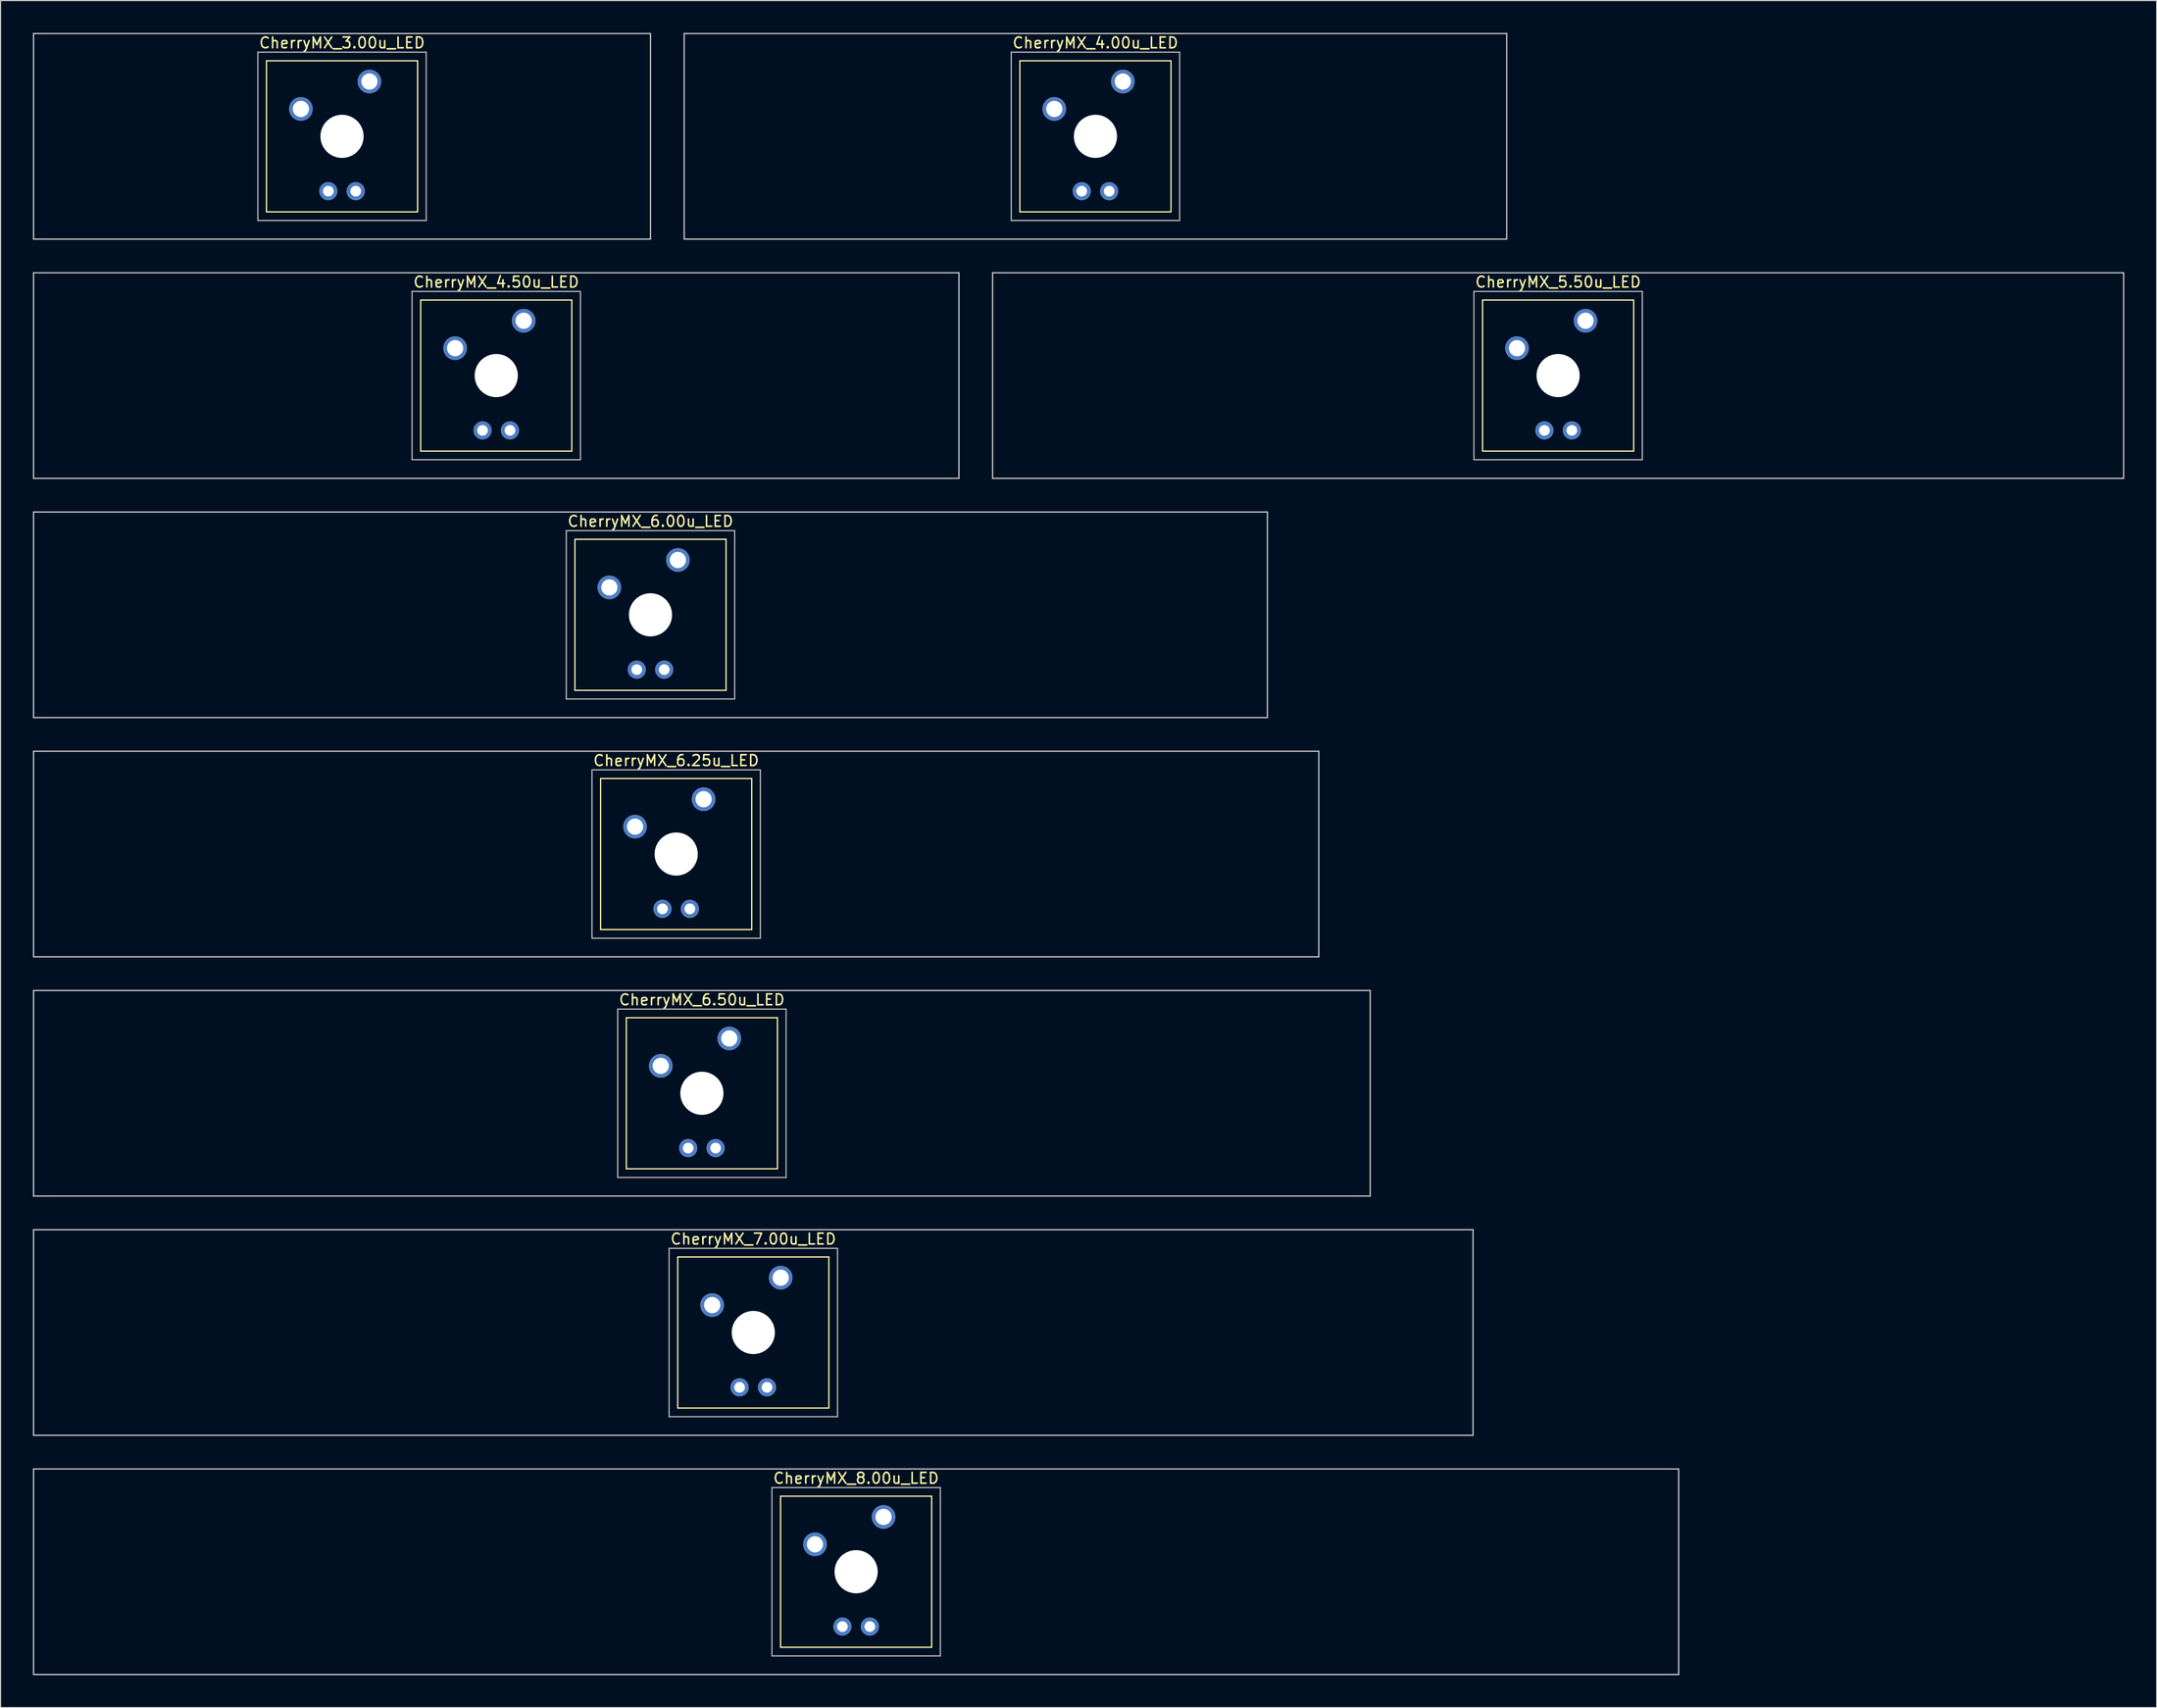
<source format=kicad_pcb>
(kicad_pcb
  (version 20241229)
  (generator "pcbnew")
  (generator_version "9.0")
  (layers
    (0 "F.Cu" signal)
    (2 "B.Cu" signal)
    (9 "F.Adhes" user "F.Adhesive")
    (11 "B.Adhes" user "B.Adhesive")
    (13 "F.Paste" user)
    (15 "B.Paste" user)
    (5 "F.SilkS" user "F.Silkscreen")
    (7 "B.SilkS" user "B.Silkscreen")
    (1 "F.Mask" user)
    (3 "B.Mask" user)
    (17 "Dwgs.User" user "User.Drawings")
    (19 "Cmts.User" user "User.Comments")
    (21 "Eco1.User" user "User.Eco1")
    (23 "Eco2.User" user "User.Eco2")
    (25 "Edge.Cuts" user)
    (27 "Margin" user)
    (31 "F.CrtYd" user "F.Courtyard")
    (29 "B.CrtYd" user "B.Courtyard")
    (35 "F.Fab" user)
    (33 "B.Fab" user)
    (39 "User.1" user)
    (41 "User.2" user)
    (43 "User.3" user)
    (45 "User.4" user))
  (footprint "CherryMX_6.50u_LED"
    (layer "F.Cu")
    (at 61.972 98.265)
    (property "Reference" "CherryMX_6.50u_LED" (at 0 -8.662 0) (layer "F.SilkS") (effects (font (size 1 1) (thickness 0.15))))
    (attr through_hole)
    (fp_line (start -7 -7) (end -7 7) (stroke (width 0.12) (type solid)) (layer "F.SilkS"))
    (fp_line (start -7 -7) (end 7 -7) (stroke (width 0.12) (type solid)) (layer "F.SilkS"))
    (fp_line (start 7 -7) (end 7 7) (stroke (width 0.12) (type solid)) (layer "F.SilkS"))
    (fp_line (start 7 7) (end -7 7) (stroke (width 0.12) (type solid)) (layer "F.SilkS"))
    (fp_line (start -61.913 -9.525) (end 61.913 -9.525) (stroke (width 0.12) (type solid)) (layer "Dwgs.User"))
    (fp_line (start -61.913 9.525) (end -61.913 -9.525) (stroke (width 0.12) (type solid)) (layer "Dwgs.User"))
    (fp_line (start 61.913 -9.525) (end 61.913 9.525) (stroke (width 0.12) (type solid)) (layer "Dwgs.User"))
    (fp_line (start 61.913 9.525) (end -61.913 9.525) (stroke (width 0.12) (type solid)) (layer "Dwgs.User"))
    (fp_line (start -7.8 -7.8) (end -7.8 7.8) (stroke (width 0.12) (type solid)) (layer "F.Fab"))
    (fp_line (start -7.8 -7.8) (end 7.8 -7.8) (stroke (width 0.12) (type solid)) (layer "F.Fab"))
    (fp_line (start -7.8 7.8) (end 7.8 7.8) (stroke (width 0.12) (type solid)) (layer "F.Fab"))
    (fp_line (start 7.8 -7.8) (end 7.8 7.8) (stroke (width 0.12) (type solid)) (layer "F.Fab"))
    (pad "" np_thru_hole circle (at 0 0) (size 4 4) (drill 4) (layers "*.Cu" "*.Mask"))
    (pad "1" thru_hole circle (at -3.81 -2.54) (size 2.2 2.2) (drill 1.5) (layers "*.Cu" "*.Mask"))
    (pad "2" thru_hole circle (at 2.54 -5.08) (size 2.2 2.2) (drill 1.5) (layers "*.Cu" "*.Mask"))
    (pad "3" thru_hole circle (at -1.27 5.08) (size 1.691 1.691) (drill 0.991) (layers "*.Cu" "*.Mask"))
    (pad "4" thru_hole circle (at 1.27 5.08) (size 1.691 1.691) (drill 0.991) (layers "*.Cu" "*.Mask")))
  (footprint "CherryMX_7.00u_LED"
    (layer "F.Cu")
    (at 66.735 120.435)
    (property "Reference" "CherryMX_7.00u_LED" (at 0 -8.662 0) (layer "F.SilkS") (effects (font (size 1 1) (thickness 0.15))))
    (attr through_hole)
    (fp_line (start -7 -7) (end -7 7) (stroke (width 0.12) (type solid)) (layer "F.SilkS"))
    (fp_line (start -7 -7) (end 7 -7) (stroke (width 0.12) (type solid)) (layer "F.SilkS"))
    (fp_line (start 7 -7) (end 7 7) (stroke (width 0.12) (type solid)) (layer "F.SilkS"))
    (fp_line (start 7 7) (end -7 7) (stroke (width 0.12) (type solid)) (layer "F.SilkS"))
    (fp_line (start -66.675 -9.525) (end 66.675 -9.525) (stroke (width 0.12) (type solid)) (layer "Dwgs.User"))
    (fp_line (start -66.675 9.525) (end -66.675 -9.525) (stroke (width 0.12) (type solid)) (layer "Dwgs.User"))
    (fp_line (start 66.675 -9.525) (end 66.675 9.525) (stroke (width 0.12) (type solid)) (layer "Dwgs.User"))
    (fp_line (start 66.675 9.525) (end -66.675 9.525) (stroke (width 0.12) (type solid)) (layer "Dwgs.User"))
    (fp_line (start -7.8 -7.8) (end -7.8 7.8) (stroke (width 0.12) (type solid)) (layer "F.Fab"))
    (fp_line (start -7.8 -7.8) (end 7.8 -7.8) (stroke (width 0.12) (type solid)) (layer "F.Fab"))
    (fp_line (start -7.8 7.8) (end 7.8 7.8) (stroke (width 0.12) (type solid)) (layer "F.Fab"))
    (fp_line (start 7.8 -7.8) (end 7.8 7.8) (stroke (width 0.12) (type solid)) (layer "F.Fab"))
    (pad "" np_thru_hole circle (at 0 0) (size 4 4) (drill 4) (layers "*.Cu" "*.Mask"))
    (pad "1" thru_hole circle (at -3.81 -2.54) (size 2.2 2.2) (drill 1.5) (layers "*.Cu" "*.Mask"))
    (pad "2" thru_hole circle (at 2.54 -5.08) (size 2.2 2.2) (drill 1.5) (layers "*.Cu" "*.Mask"))
    (pad "3" thru_hole circle (at -1.27 5.08) (size 1.691 1.691) (drill 0.991) (layers "*.Cu" "*.Mask"))
    (pad "4" thru_hole circle (at 1.27 5.08) (size 1.691 1.691) (drill 0.991) (layers "*.Cu" "*.Mask")))
  (footprint "CherryMX_6.25u_LED"
    (layer "F.Cu")
    (at 59.591 76.095)
    (property "Reference" "CherryMX_6.25u_LED" (at 0 -8.662 0) (layer "F.SilkS") (effects (font (size 1 1) (thickness 0.15))))
    (attr through_hole)
    (fp_line (start -7 -7) (end -7 7) (stroke (width 0.12) (type solid)) (layer "F.SilkS"))
    (fp_line (start -7 -7) (end 7 -7) (stroke (width 0.12) (type solid)) (layer "F.SilkS"))
    (fp_line (start 7 -7) (end 7 7) (stroke (width 0.12) (type solid)) (layer "F.SilkS"))
    (fp_line (start 7 7) (end -7 7) (stroke (width 0.12) (type solid)) (layer "F.SilkS"))
    (fp_line (start -59.531 -9.525) (end 59.531 -9.525) (stroke (width 0.12) (type solid)) (layer "Dwgs.User"))
    (fp_line (start -59.531 9.525) (end -59.531 -9.525) (stroke (width 0.12) (type solid)) (layer "Dwgs.User"))
    (fp_line (start 59.531 -9.525) (end 59.531 9.525) (stroke (width 0.12) (type solid)) (layer "Dwgs.User"))
    (fp_line (start 59.531 9.525) (end -59.531 9.525) (stroke (width 0.12) (type solid)) (layer "Dwgs.User"))
    (fp_line (start -7.8 -7.8) (end -7.8 7.8) (stroke (width 0.12) (type solid)) (layer "F.Fab"))
    (fp_line (start -7.8 -7.8) (end 7.8 -7.8) (stroke (width 0.12) (type solid)) (layer "F.Fab"))
    (fp_line (start -7.8 7.8) (end 7.8 7.8) (stroke (width 0.12) (type solid)) (layer "F.Fab"))
    (fp_line (start 7.8 -7.8) (end 7.8 7.8) (stroke (width 0.12) (type solid)) (layer "F.Fab"))
    (pad "" np_thru_hole circle (at 0 0) (size 4 4) (drill 4) (layers "*.Cu" "*.Mask"))
    (pad "1" thru_hole circle (at -3.81 -2.54) (size 2.2 2.2) (drill 1.5) (layers "*.Cu" "*.Mask"))
    (pad "2" thru_hole circle (at 2.54 -5.08) (size 2.2 2.2) (drill 1.5) (layers "*.Cu" "*.Mask"))
    (pad "3" thru_hole circle (at -1.27 5.08) (size 1.691 1.691) (drill 0.991) (layers "*.Cu" "*.Mask"))
    (pad "4" thru_hole circle (at 1.27 5.08) (size 1.691 1.691) (drill 0.991) (layers "*.Cu" "*.Mask")))
  (footprint "CherryMX_3.00u_LED"
    (layer "F.Cu")
    (at 28.635 9.585)
    (property "Reference" "CherryMX_3.00u_LED" (at 0 -8.662 0) (layer "F.SilkS") (effects (font (size 1 1) (thickness 0.15))))
    (attr through_hole)
    (fp_line (start -7 -7) (end -7 7) (stroke (width 0.12) (type solid)) (layer "F.SilkS"))
    (fp_line (start -7 -7) (end 7 -7) (stroke (width 0.12) (type solid)) (layer "F.SilkS"))
    (fp_line (start 7 -7) (end 7 7) (stroke (width 0.12) (type solid)) (layer "F.SilkS"))
    (fp_line (start 7 7) (end -7 7) (stroke (width 0.12) (type solid)) (layer "F.SilkS"))
    (fp_line (start -28.575 -9.525) (end 28.575 -9.525) (stroke (width 0.12) (type solid)) (layer "Dwgs.User"))
    (fp_line (start -28.575 9.525) (end -28.575 -9.525) (stroke (width 0.12) (type solid)) (layer "Dwgs.User"))
    (fp_line (start 28.575 -9.525) (end 28.575 9.525) (stroke (width 0.12) (type solid)) (layer "Dwgs.User"))
    (fp_line (start 28.575 9.525) (end -28.575 9.525) (stroke (width 0.12) (type solid)) (layer "Dwgs.User"))
    (fp_line (start -7.8 -7.8) (end -7.8 7.8) (stroke (width 0.12) (type solid)) (layer "F.Fab"))
    (fp_line (start -7.8 -7.8) (end 7.8 -7.8) (stroke (width 0.12) (type solid)) (layer "F.Fab"))
    (fp_line (start -7.8 7.8) (end 7.8 7.8) (stroke (width 0.12) (type solid)) (layer "F.Fab"))
    (fp_line (start 7.8 -7.8) (end 7.8 7.8) (stroke (width 0.12) (type solid)) (layer "F.Fab"))
    (pad "" np_thru_hole circle (at 0 0) (size 4 4) (drill 4) (layers "*.Cu" "*.Mask"))
    (pad "1" thru_hole circle (at -3.81 -2.54) (size 2.2 2.2) (drill 1.5) (layers "*.Cu" "*.Mask"))
    (pad "2" thru_hole circle (at 2.54 -5.08) (size 2.2 2.2) (drill 1.5) (layers "*.Cu" "*.Mask"))
    (pad "3" thru_hole circle (at -1.27 5.08) (size 1.691 1.691) (drill 0.991) (layers "*.Cu" "*.Mask"))
    (pad "4" thru_hole circle (at 1.27 5.08) (size 1.691 1.691) (drill 0.991) (layers "*.Cu" "*.Mask")))
  (footprint "CherryMX_8.00u_LED"
    (layer "F.Cu")
    (at 76.26 142.605)
    (property "Reference" "CherryMX_8.00u_LED" (at 0 -8.662 0) (layer "F.SilkS") (effects (font (size 1 1) (thickness 0.15))))
    (attr through_hole)
    (fp_line (start -7 -7) (end -7 7) (stroke (width 0.12) (type solid)) (layer "F.SilkS"))
    (fp_line (start -7 -7) (end 7 -7) (stroke (width 0.12) (type solid)) (layer "F.SilkS"))
    (fp_line (start 7 -7) (end 7 7) (stroke (width 0.12) (type solid)) (layer "F.SilkS"))
    (fp_line (start 7 7) (end -7 7) (stroke (width 0.12) (type solid)) (layer "F.SilkS"))
    (fp_line (start -76.2 -9.525) (end 76.2 -9.525) (stroke (width 0.12) (type solid)) (layer "Dwgs.User"))
    (fp_line (start -76.2 9.525) (end -76.2 -9.525) (stroke (width 0.12) (type solid)) (layer "Dwgs.User"))
    (fp_line (start 76.2 -9.525) (end 76.2 9.525) (stroke (width 0.12) (type solid)) (layer "Dwgs.User"))
    (fp_line (start 76.2 9.525) (end -76.2 9.525) (stroke (width 0.12) (type solid)) (layer "Dwgs.User"))
    (fp_line (start -7.8 -7.8) (end -7.8 7.8) (stroke (width 0.12) (type solid)) (layer "F.Fab"))
    (fp_line (start -7.8 -7.8) (end 7.8 -7.8) (stroke (width 0.12) (type solid)) (layer "F.Fab"))
    (fp_line (start -7.8 7.8) (end 7.8 7.8) (stroke (width 0.12) (type solid)) (layer "F.Fab"))
    (fp_line (start 7.8 -7.8) (end 7.8 7.8) (stroke (width 0.12) (type solid)) (layer "F.Fab"))
    (pad "" np_thru_hole circle (at 0 0) (size 4 4) (drill 4) (layers "*.Cu" "*.Mask"))
    (pad "1" thru_hole circle (at -3.81 -2.54) (size 2.2 2.2) (drill 1.5) (layers "*.Cu" "*.Mask"))
    (pad "2" thru_hole circle (at 2.54 -5.08) (size 2.2 2.2) (drill 1.5) (layers "*.Cu" "*.Mask"))
    (pad "3" thru_hole circle (at -1.27 5.08) (size 1.691 1.691) (drill 0.991) (layers "*.Cu" "*.Mask"))
    (pad "4" thru_hole circle (at 1.27 5.08) (size 1.691 1.691) (drill 0.991) (layers "*.Cu" "*.Mask")))
  (footprint "CherryMX_6.00u_LED"
    (layer "F.Cu")
    (at 57.21 53.925)
    (property "Reference" "CherryMX_6.00u_LED" (at 0 -8.662 0) (layer "F.SilkS") (effects (font (size 1 1) (thickness 0.15))))
    (attr through_hole)
    (fp_line (start -7 -7) (end -7 7) (stroke (width 0.12) (type solid)) (layer "F.SilkS"))
    (fp_line (start -7 -7) (end 7 -7) (stroke (width 0.12) (type solid)) (layer "F.SilkS"))
    (fp_line (start 7 -7) (end 7 7) (stroke (width 0.12) (type solid)) (layer "F.SilkS"))
    (fp_line (start 7 7) (end -7 7) (stroke (width 0.12) (type solid)) (layer "F.SilkS"))
    (fp_line (start -57.15 -9.525) (end 57.15 -9.525) (stroke (width 0.12) (type solid)) (layer "Dwgs.User"))
    (fp_line (start -57.15 9.525) (end -57.15 -9.525) (stroke (width 0.12) (type solid)) (layer "Dwgs.User"))
    (fp_line (start 57.15 -9.525) (end 57.15 9.525) (stroke (width 0.12) (type solid)) (layer "Dwgs.User"))
    (fp_line (start 57.15 9.525) (end -57.15 9.525) (stroke (width 0.12) (type solid)) (layer "Dwgs.User"))
    (fp_line (start -7.8 -7.8) (end -7.8 7.8) (stroke (width 0.12) (type solid)) (layer "F.Fab"))
    (fp_line (start -7.8 -7.8) (end 7.8 -7.8) (stroke (width 0.12) (type solid)) (layer "F.Fab"))
    (fp_line (start -7.8 7.8) (end 7.8 7.8) (stroke (width 0.12) (type solid)) (layer "F.Fab"))
    (fp_line (start 7.8 -7.8) (end 7.8 7.8) (stroke (width 0.12) (type solid)) (layer "F.Fab"))
    (pad "" np_thru_hole circle (at 0 0) (size 4 4) (drill 4) (layers "*.Cu" "*.Mask"))
    (pad "1" thru_hole circle (at -3.81 -2.54) (size 2.2 2.2) (drill 1.5) (layers "*.Cu" "*.Mask"))
    (pad "2" thru_hole circle (at 2.54 -5.08) (size 2.2 2.2) (drill 1.5) (layers "*.Cu" "*.Mask"))
    (pad "3" thru_hole circle (at -1.27 5.08) (size 1.691 1.691) (drill 0.991) (layers "*.Cu" "*.Mask"))
    (pad "4" thru_hole circle (at 1.27 5.08) (size 1.691 1.691) (drill 0.991) (layers "*.Cu" "*.Mask")))
  (footprint "CherryMX_5.50u_LED"
    (layer "F.Cu")
    (at 141.292 31.755)
    (property "Reference" "CherryMX_5.50u_LED" (at 0 -8.662 0) (layer "F.SilkS") (effects (font (size 1 1) (thickness 0.15))))
    (attr through_hole)
    (fp_line (start -7 -7) (end -7 7) (stroke (width 0.12) (type solid)) (layer "F.SilkS"))
    (fp_line (start -7 -7) (end 7 -7) (stroke (width 0.12) (type solid)) (layer "F.SilkS"))
    (fp_line (start 7 -7) (end 7 7) (stroke (width 0.12) (type solid)) (layer "F.SilkS"))
    (fp_line (start 7 7) (end -7 7) (stroke (width 0.12) (type solid)) (layer "F.SilkS"))
    (fp_line (start -52.388 -9.525) (end 52.388 -9.525) (stroke (width 0.12) (type solid)) (layer "Dwgs.User"))
    (fp_line (start -52.388 9.525) (end -52.388 -9.525) (stroke (width 0.12) (type solid)) (layer "Dwgs.User"))
    (fp_line (start 52.388 -9.525) (end 52.388 9.525) (stroke (width 0.12) (type solid)) (layer "Dwgs.User"))
    (fp_line (start 52.388 9.525) (end -52.388 9.525) (stroke (width 0.12) (type solid)) (layer "Dwgs.User"))
    (fp_line (start -7.8 -7.8) (end -7.8 7.8) (stroke (width 0.12) (type solid)) (layer "F.Fab"))
    (fp_line (start -7.8 -7.8) (end 7.8 -7.8) (stroke (width 0.12) (type solid)) (layer "F.Fab"))
    (fp_line (start -7.8 7.8) (end 7.8 7.8) (stroke (width 0.12) (type solid)) (layer "F.Fab"))
    (fp_line (start 7.8 -7.8) (end 7.8 7.8) (stroke (width 0.12) (type solid)) (layer "F.Fab"))
    (pad "" np_thru_hole circle (at 0 0) (size 4 4) (drill 4) (layers "*.Cu" "*.Mask"))
    (pad "1" thru_hole circle (at -3.81 -2.54) (size 2.2 2.2) (drill 1.5) (layers "*.Cu" "*.Mask"))
    (pad "2" thru_hole circle (at 2.54 -5.08) (size 2.2 2.2) (drill 1.5) (layers "*.Cu" "*.Mask"))
    (pad "3" thru_hole circle (at -1.27 5.08) (size 1.691 1.691) (drill 0.991) (layers "*.Cu" "*.Mask"))
    (pad "4" thru_hole circle (at 1.27 5.08) (size 1.691 1.691) (drill 0.991) (layers "*.Cu" "*.Mask")))
  (footprint "CherryMX_4.00u_LED"
    (layer "F.Cu")
    (at 98.43 9.585)
    (property "Reference" "CherryMX_4.00u_LED" (at 0 -8.662 0) (layer "F.SilkS") (effects (font (size 1 1) (thickness 0.15))))
    (attr through_hole)
    (fp_line (start -7 -7) (end -7 7) (stroke (width 0.12) (type solid)) (layer "F.SilkS"))
    (fp_line (start -7 -7) (end 7 -7) (stroke (width 0.12) (type solid)) (layer "F.SilkS"))
    (fp_line (start 7 -7) (end 7 7) (stroke (width 0.12) (type solid)) (layer "F.SilkS"))
    (fp_line (start 7 7) (end -7 7) (stroke (width 0.12) (type solid)) (layer "F.SilkS"))
    (fp_line (start -38.1 -9.525) (end 38.1 -9.525) (stroke (width 0.12) (type solid)) (layer "Dwgs.User"))
    (fp_line (start -38.1 9.525) (end -38.1 -9.525) (stroke (width 0.12) (type solid)) (layer "Dwgs.User"))
    (fp_line (start 38.1 -9.525) (end 38.1 9.525) (stroke (width 0.12) (type solid)) (layer "Dwgs.User"))
    (fp_line (start 38.1 9.525) (end -38.1 9.525) (stroke (width 0.12) (type solid)) (layer "Dwgs.User"))
    (fp_line (start -7.8 -7.8) (end -7.8 7.8) (stroke (width 0.12) (type solid)) (layer "F.Fab"))
    (fp_line (start -7.8 -7.8) (end 7.8 -7.8) (stroke (width 0.12) (type solid)) (layer "F.Fab"))
    (fp_line (start -7.8 7.8) (end 7.8 7.8) (stroke (width 0.12) (type solid)) (layer "F.Fab"))
    (fp_line (start 7.8 -7.8) (end 7.8 7.8) (stroke (width 0.12) (type solid)) (layer "F.Fab"))
    (pad "" np_thru_hole circle (at 0 0) (size 4 4) (drill 4) (layers "*.Cu" "*.Mask"))
    (pad "1" thru_hole circle (at -3.81 -2.54) (size 2.2 2.2) (drill 1.5) (layers "*.Cu" "*.Mask"))
    (pad "2" thru_hole circle (at 2.54 -5.08) (size 2.2 2.2) (drill 1.5) (layers "*.Cu" "*.Mask"))
    (pad "3" thru_hole circle (at -1.27 5.08) (size 1.691 1.691) (drill 0.991) (layers "*.Cu" "*.Mask"))
    (pad "4" thru_hole circle (at 1.27 5.08) (size 1.691 1.691) (drill 0.991) (layers "*.Cu" "*.Mask")))
  (footprint "CherryMX_4.50u_LED"
    (layer "F.Cu")
    (at 42.922 31.755)
    (property "Reference" "CherryMX_4.50u_LED" (at 0 -8.662 0) (layer "F.SilkS") (effects (font (size 1 1) (thickness 0.15))))
    (attr through_hole)
    (fp_line (start -7 -7) (end -7 7) (stroke (width 0.12) (type solid)) (layer "F.SilkS"))
    (fp_line (start -7 -7) (end 7 -7) (stroke (width 0.12) (type solid)) (layer "F.SilkS"))
    (fp_line (start 7 -7) (end 7 7) (stroke (width 0.12) (type solid)) (layer "F.SilkS"))
    (fp_line (start 7 7) (end -7 7) (stroke (width 0.12) (type solid)) (layer "F.SilkS"))
    (fp_line (start -42.862 -9.525) (end 42.862 -9.525) (stroke (width 0.12) (type solid)) (layer "Dwgs.User"))
    (fp_line (start -42.862 9.525) (end -42.862 -9.525) (stroke (width 0.12) (type solid)) (layer "Dwgs.User"))
    (fp_line (start 42.862 -9.525) (end 42.862 9.525) (stroke (width 0.12) (type solid)) (layer "Dwgs.User"))
    (fp_line (start 42.862 9.525) (end -42.862 9.525) (stroke (width 0.12) (type solid)) (layer "Dwgs.User"))
    (fp_line (start -7.8 -7.8) (end -7.8 7.8) (stroke (width 0.12) (type solid)) (layer "F.Fab"))
    (fp_line (start -7.8 -7.8) (end 7.8 -7.8) (stroke (width 0.12) (type solid)) (layer "F.Fab"))
    (fp_line (start -7.8 7.8) (end 7.8 7.8) (stroke (width 0.12) (type solid)) (layer "F.Fab"))
    (fp_line (start 7.8 -7.8) (end 7.8 7.8) (stroke (width 0.12) (type solid)) (layer "F.Fab"))
    (pad "" np_thru_hole circle (at 0 0) (size 4 4) (drill 4) (layers "*.Cu" "*.Mask"))
    (pad "1" thru_hole circle (at -3.81 -2.54) (size 2.2 2.2) (drill 1.5) (layers "*.Cu" "*.Mask"))
    (pad "2" thru_hole circle (at 2.54 -5.08) (size 2.2 2.2) (drill 1.5) (layers "*.Cu" "*.Mask"))
    (pad "3" thru_hole circle (at -1.27 5.08) (size 1.691 1.691) (drill 0.991) (layers "*.Cu" "*.Mask"))
    (pad "4" thru_hole circle (at 1.27 5.08) (size 1.691 1.691) (drill 0.991) (layers "*.Cu" "*.Mask")))
  (gr_rect
    (start -3 -3)
    (end 196.74 155.19)
    (stroke (width 0.1) (type default))
    (fill no)
    (layer "Edge.Cuts")))
</source>
